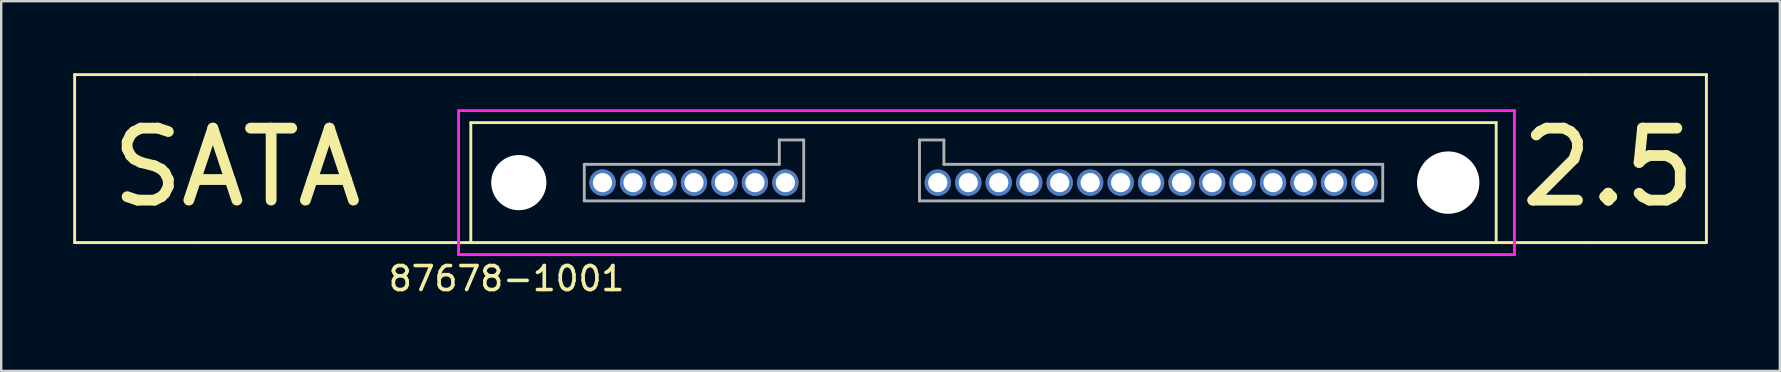
<source format=kicad_pcb>
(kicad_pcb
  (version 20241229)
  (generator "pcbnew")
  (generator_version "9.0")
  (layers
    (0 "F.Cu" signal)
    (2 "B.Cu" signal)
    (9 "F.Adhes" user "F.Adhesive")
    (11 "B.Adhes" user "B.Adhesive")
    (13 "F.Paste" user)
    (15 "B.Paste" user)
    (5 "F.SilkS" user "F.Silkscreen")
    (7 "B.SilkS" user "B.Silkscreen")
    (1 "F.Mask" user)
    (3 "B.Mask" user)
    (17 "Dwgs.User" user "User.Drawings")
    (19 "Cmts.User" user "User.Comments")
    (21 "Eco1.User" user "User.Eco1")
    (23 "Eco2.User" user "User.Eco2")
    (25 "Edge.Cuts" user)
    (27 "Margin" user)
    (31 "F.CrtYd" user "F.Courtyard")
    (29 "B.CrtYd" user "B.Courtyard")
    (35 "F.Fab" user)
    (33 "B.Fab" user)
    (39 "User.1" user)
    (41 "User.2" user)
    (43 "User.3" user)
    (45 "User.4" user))
  (footprint "87678-1001"
    (layer "F.Cu")
    (at 22.06 4.56)
    (property "Reference" "87678-1001" (at -4 4 0) (layer "F.SilkS") (effects (font (size 1 1) (thickness 0.15))))
    (attr through_hole)
    (fp_line (start -22 -4.5) (end -17 -4.5) (stroke (width 0.12) (type solid)) (layer "F.SilkS"))
    (fp_line (start -22 2.5) (end -22 -4.5) (stroke (width 0.12) (type solid)) (layer "F.SilkS"))
    (fp_line (start -22 2.5) (end -17 2.5) (stroke (width 0.12) (type solid)) (layer "F.SilkS"))
    (fp_line (start -17 -4.5) (end 41 -4.5) (stroke (width 0.12) (type solid)) (layer "F.SilkS"))
    (fp_line (start -17 2.5) (end -5.5 2.5) (stroke (width 0.12) (type solid)) (layer "F.SilkS"))
    (fp_line (start -5.5 2.5) (end -5.49 2.5) (stroke (width 0.12) (type solid)) (layer "F.SilkS"))
    (fp_line (start -5.49 -2.5) (end 37.24 -2.5) (stroke (width 0.12) (type solid)) (layer "F.SilkS"))
    (fp_line (start -5.49 2.5) (end -5.49 -2.5) (stroke (width 0.12) (type solid)) (layer "F.SilkS"))
    (fp_line (start 37.24 -2.5) (end 37.24 2.5) (stroke (width 0.12) (type solid)) (layer "F.SilkS"))
    (fp_line (start 37.24 2.5) (end -5.49 2.5) (stroke (width 0.12) (type solid)) (layer "F.SilkS"))
    (fp_line (start 41 2.5) (end 37.24 2.5) (stroke (width 0.12) (type solid)) (layer "F.SilkS"))
    (fp_line (start 46 -4.5) (end 41 -4.5) (stroke (width 0.12) (type solid)) (layer "F.SilkS"))
    (fp_line (start 46 2.5) (end 41 2.5) (stroke (width 0.12) (type solid)) (layer "F.SilkS"))
    (fp_line (start 46 2.5) (end 46 -4.5) (stroke (width 0.12) (type solid)) (layer "F.SilkS"))
    (fp_line (start -6 -3) (end -6 3) (stroke (width 0.12) (type solid)) (layer "F.CrtYd"))
    (fp_line (start -6 3) (end 38 3) (stroke (width 0.12) (type solid)) (layer "F.CrtYd"))
    (fp_line (start 38 -3) (end -6 -3) (stroke (width 0.12) (type solid)) (layer "F.CrtYd"))
    (fp_line (start 38 3) (end 38 -3) (stroke (width 0.12) (type solid)) (layer "F.CrtYd"))
    (fp_line (start -0.762 -0.762) (end -0.762 0.762) (stroke (width 0.12) (type solid)) (layer "F.Fab"))
    (fp_line (start -0.762 0.762) (end 8.382 0.762) (stroke (width 0.12) (type solid)) (layer "F.Fab"))
    (fp_line (start 7.366 -1.778) (end 7.366 -0.762) (stroke (width 0.12) (type solid)) (layer "F.Fab"))
    (fp_line (start 7.366 -0.762) (end -0.762 -0.762) (stroke (width 0.12) (type solid)) (layer "F.Fab"))
    (fp_line (start 8.382 -1.778) (end 7.366 -1.778) (stroke (width 0.12) (type solid)) (layer "F.Fab"))
    (fp_line (start 8.382 0.762) (end 8.382 -1.778) (stroke (width 0.12) (type solid)) (layer "F.Fab"))
    (fp_line (start 13.208 -1.778) (end 13.208 0.762) (stroke (width 0.12) (type solid)) (layer "F.Fab"))
    (fp_line (start 13.208 0.762) (end 32.512 0.762) (stroke (width 0.12) (type solid)) (layer "F.Fab"))
    (fp_line (start 14.224 -1.778) (end 13.208 -1.778) (stroke (width 0.12) (type solid)) (layer "F.Fab"))
    (fp_line (start 14.224 -0.762) (end 14.224 -1.778) (stroke (width 0.12) (type solid)) (layer "F.Fab"))
    (fp_line (start 32.512 -0.762) (end 14.224 -0.762) (stroke (width 0.12) (type solid)) (layer "F.Fab"))
    (fp_line (start 32.512 0.762) (end 32.512 -0.762) (stroke (width 0.12) (type solid)) (layer "F.Fab"))
    (fp_text user "2.5" (at 41.91 -0.635 0) (layer "F.SilkS") (effects (font (size 3 3) (thickness 0.45))))
    (fp_text user "SATA" (at -15.24 -0.635 0) (layer "F.SilkS") (effects (font (size 3 3) (thickness 0.45))))
    (pad "" np_thru_hole circle (at -3.49 0) (size 2.3 2.3) (drill 2.3) (layers "*.Cu" "*.Mask"))
    (pad "" np_thru_hole circle (at 35.24 0) (size 2.6 2.6) (drill 2.6) (layers "*.Cu" "*.Mask"))
    (pad "P1" thru_hole circle (at 13.97 0) (size 1.1 1.1) (drill 0.8) (layers "*.Cu" "*.Mask"))
    (pad "P2" thru_hole circle (at 15.24 0) (size 1.1 1.1) (drill 0.8) (layers "*.Cu" "*.Mask"))
    (pad "P3" thru_hole circle (at 16.51 0) (size 1.1 1.1) (drill 0.8) (layers "*.Cu" "*.Mask"))
    (pad "P4" thru_hole circle (at 17.78 0) (size 1.1 1.1) (drill 0.8) (layers "*.Cu" "*.Mask"))
    (pad "P5" thru_hole circle (at 19.05 0) (size 1.1 1.1) (drill 0.8) (layers "*.Cu" "*.Mask"))
    (pad "P6" thru_hole circle (at 20.32 0) (size 1.1 1.1) (drill 0.8) (layers "*.Cu" "*.Mask"))
    (pad "P7" thru_hole circle (at 21.59 0) (size 1.1 1.1) (drill 0.8) (layers "*.Cu" "*.Mask"))
    (pad "P8" thru_hole circle (at 22.86 0) (size 1.1 1.1) (drill 0.8) (layers "*.Cu" "*.Mask"))
    (pad "P9" thru_hole circle (at 24.13 0) (size 1.1 1.1) (drill 0.8) (layers "*.Cu" "*.Mask"))
    (pad "P10" thru_hole circle (at 25.4 0) (size 1.1 1.1) (drill 0.8) (layers "*.Cu" "*.Mask"))
    (pad "P11" thru_hole circle (at 26.67 0) (size 1.1 1.1) (drill 0.8) (layers "*.Cu" "*.Mask"))
    (pad "P12" thru_hole circle (at 27.94 0) (size 1.1 1.1) (drill 0.8) (layers "*.Cu" "*.Mask"))
    (pad "P13" thru_hole circle (at 29.21 0) (size 1.1 1.1) (drill 0.8) (layers "*.Cu" "*.Mask"))
    (pad "P14" thru_hole circle (at 30.48 0) (size 1.1 1.1) (drill 0.8) (layers "*.Cu" "*.Mask"))
    (pad "P15" thru_hole circle (at 31.75 0) (size 1.1 1.1) (drill 0.8) (layers "*.Cu" "*.Mask"))
    (pad "S1" thru_hole circle (at 0 0) (size 1.1 1.1) (drill 0.8) (layers "*.Cu" "*.Mask"))
    (pad "S2" thru_hole circle (at 1.27 0) (size 1.1 1.1) (drill 0.8) (layers "*.Cu" "*.Mask"))
    (pad "S3" thru_hole circle (at 2.54 0) (size 1.1 1.1) (drill 0.8) (layers "*.Cu" "*.Mask"))
    (pad "S4" thru_hole circle (at 3.81 0) (size 1.1 1.1) (drill 0.8) (layers "*.Cu" "*.Mask"))
    (pad "S5" thru_hole circle (at 5.08 0) (size 1.1 1.1) (drill 0.8) (layers "*.Cu" "*.Mask"))
    (pad "S6" thru_hole circle (at 6.35 0) (size 1.1 1.1) (drill 0.8) (layers "*.Cu" "*.Mask"))
    (pad "S7" thru_hole circle (at 7.62 0) (size 1.1 1.1) (drill 0.8) (layers "*.Cu" "*.Mask")))
  (gr_rect
    (start -3 -3)
    (end 71.12 12.408)
    (stroke (width 0.1) (type default))
    (fill no)
    (layer "Edge.Cuts")))
</source>
